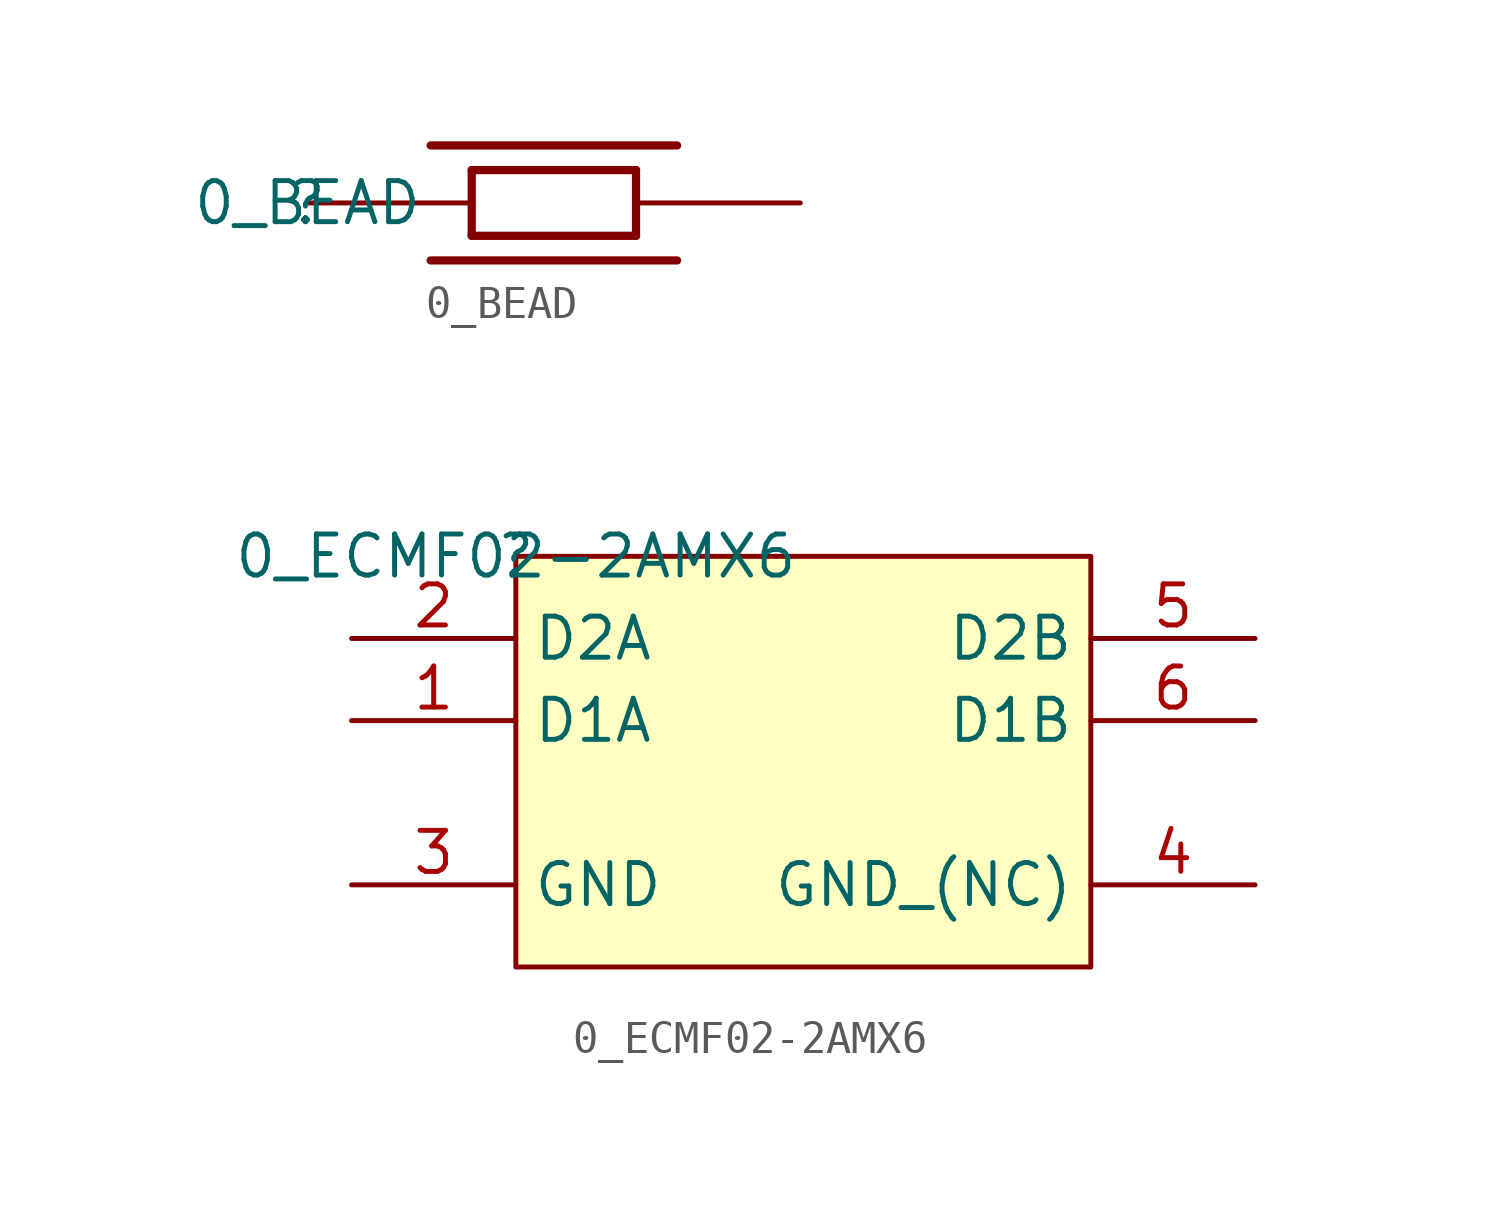
<source format=kicad_sym>
(kicad_symbol_lib
  (version 20210619)
  (generator kicad_symbol_editor)
  (symbol "OSD19001_USB-altium-import:0_BEAD"
    (property "Reference" ""
      (at 0 0 0)
      (effects (font (size 1.27 1.27))))
    (property "Value" "0_BEAD"
      (at 0 0 0)
      (effects (font (size 1.27 1.27))))
    (symbol "0_BEAD_1_0"
      (polyline (pts (xy 3.81 1.778) (xy 11.43 1.778)) (stroke (width 0.254)) (fill (type none)))
      (polyline (pts (xy 3.81 -1.778) (xy 11.43 -1.778)) (stroke (width 0.254)) (fill (type none)))
      (polyline (pts (xy 5.08 -1.016) (xy 10.16 -1.016)) (stroke (width 0.254)) (fill (type none)))
      (polyline (pts (xy 5.08 1.016) (xy 5.08 -1.016)) (stroke (width 0.254)) (fill (type none)))
      (polyline (pts (xy 10.16 -1.016) (xy 10.16 1.016)) (stroke (width 0.254)) (fill (type none)))
      (polyline (pts (xy 10.16 1.016) (xy 5.08 1.016)) (stroke (width 0.254)) (fill (type none)))
      (pin passive line (at 0 0 0) (length 5.08) (name "1" (effects (font (size 0 0)))) (number "1" (effects (font (size 0 0)))))
      (pin passive line (at 15.24 0 180) (length 5.08) (name "2" (effects (font (size 0 0)))) (number "2" (effects (font (size 0 0)))))))
  (symbol "OSD19001_USB-altium-import:0_ECMF02-2AMX6"
    (property "Reference" ""
      (at 0 0 0)
      (effects (font (size 1.27 1.27))))
    (property "Value" "0_ECMF02-2AMX6"
      (at 0 0 0)
      (effects (font (size 1.27 1.27))))
    (symbol "0_ECMF02-2AMX6_1_0"
      (rectangle (start 17.78 0) (end 0 -12.7) (stroke (width 0)) (fill (type background)))
      (pin passive line (at 22.86 -5.08 180) (length 5.08) (name "D1B" (effects (font (size 1.27 1.27)))) (number "6" (effects (font (size 1.27 1.27)))))
      (pin passive line (at -5.08 -5.08 0) (length 5.08) (name "D1A" (effects (font (size 1.27 1.27)))) (number "1" (effects (font (size 1.27 1.27)))))
      (pin passive line (at -5.08 -2.54 0) (length 5.08) (name "D2A" (effects (font (size 1.27 1.27)))) (number "2" (effects (font (size 1.27 1.27)))))
      (pin passive line (at -5.08 -10.16 0) (length 5.08) (name "GND" (effects (font (size 1.27 1.27)))) (number "3" (effects (font (size 1.27 1.27)))))
      (pin passive line (at 22.86 -10.16 180) (length 5.08) (name "GND_(NC)" (effects (font (size 1.27 1.27)))) (number "4" (effects (font (size 1.27 1.27)))))
      (pin passive line (at 22.86 -2.54 180) (length 5.08) (name "D2B" (effects (font (size 1.27 1.27)))) (number "5" (effects (font (size 1.27 1.27))))))))
</source>
